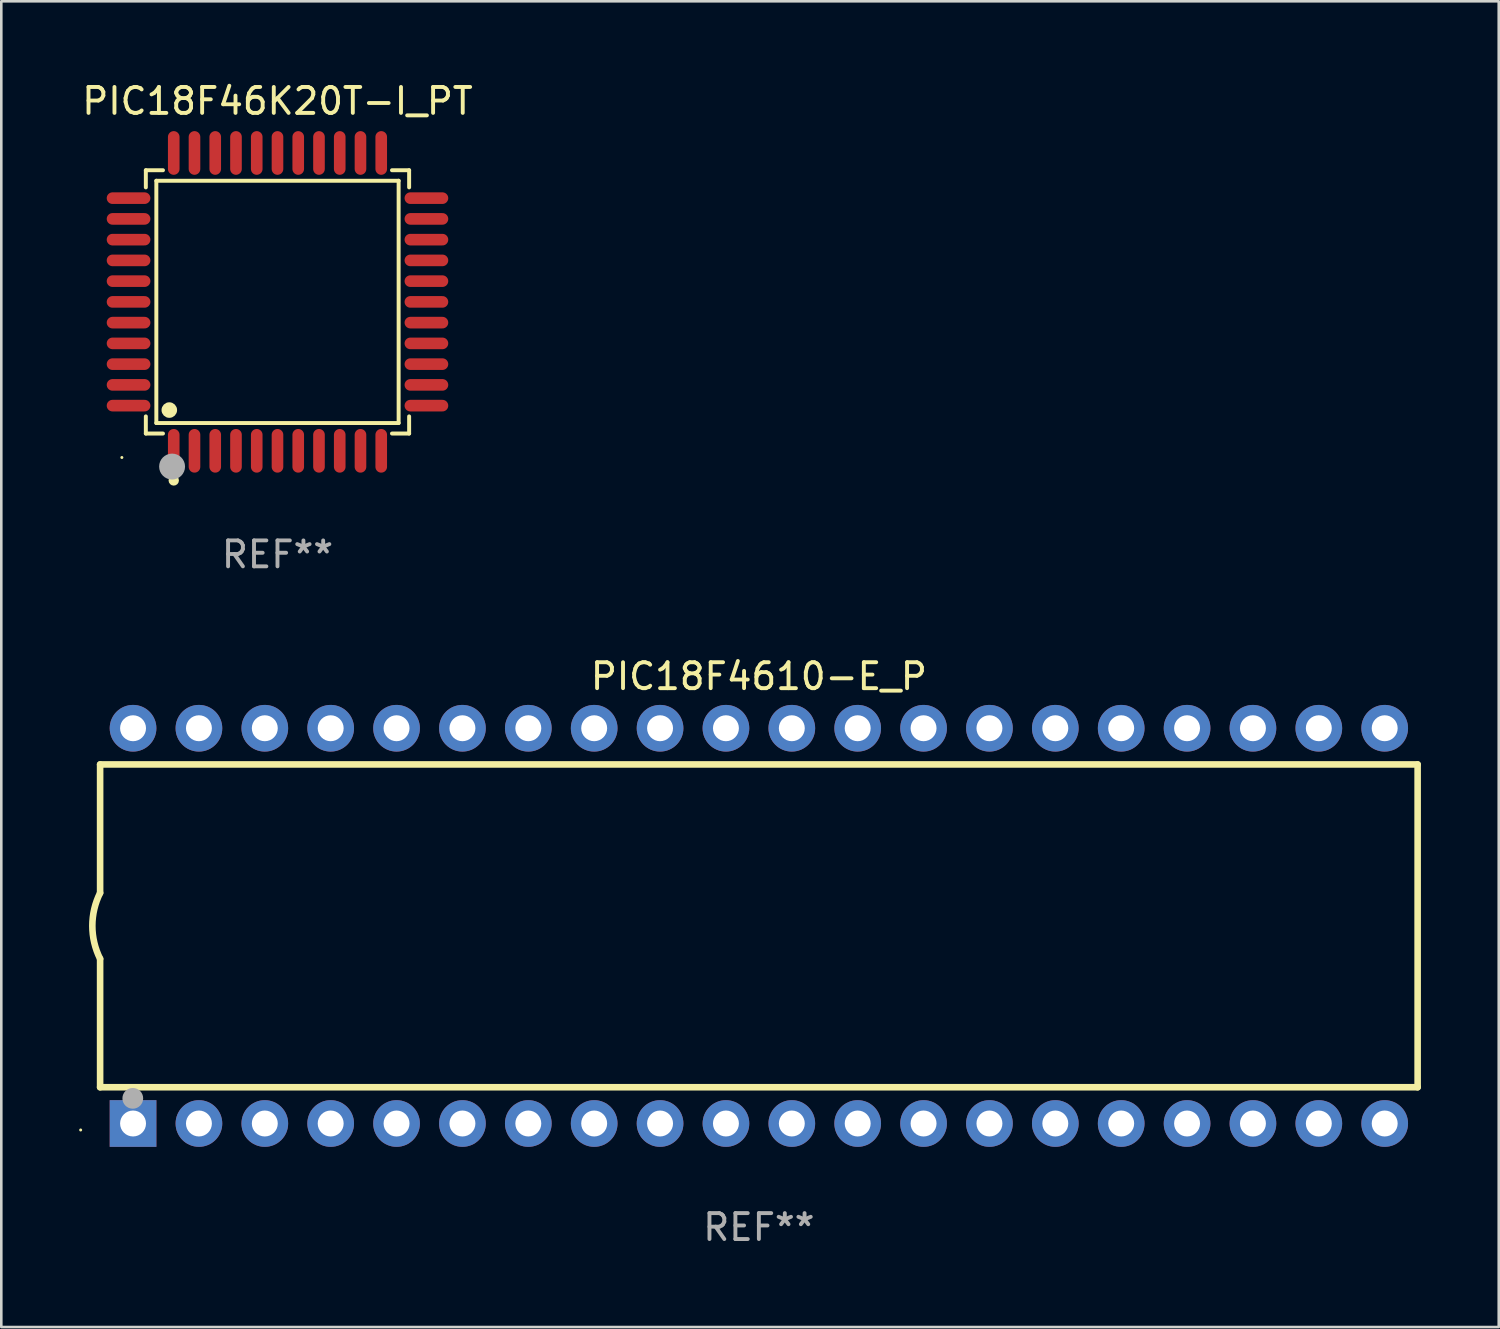
<source format=kicad_pcb>
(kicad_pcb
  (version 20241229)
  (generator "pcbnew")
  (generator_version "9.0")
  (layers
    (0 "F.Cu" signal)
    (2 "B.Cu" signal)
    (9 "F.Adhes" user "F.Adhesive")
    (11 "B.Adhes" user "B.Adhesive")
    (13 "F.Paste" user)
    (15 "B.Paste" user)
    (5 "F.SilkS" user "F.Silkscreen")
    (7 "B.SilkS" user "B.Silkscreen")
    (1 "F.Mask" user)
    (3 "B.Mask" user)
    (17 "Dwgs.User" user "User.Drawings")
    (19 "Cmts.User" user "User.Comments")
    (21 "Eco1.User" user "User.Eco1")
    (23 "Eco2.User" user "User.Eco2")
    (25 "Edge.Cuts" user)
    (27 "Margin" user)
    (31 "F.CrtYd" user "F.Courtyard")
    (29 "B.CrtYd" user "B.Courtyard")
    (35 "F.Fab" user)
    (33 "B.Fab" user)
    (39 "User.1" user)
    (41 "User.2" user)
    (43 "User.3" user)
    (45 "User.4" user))
  (footprint "PIC18F46K20T-I_PT"
    (layer "F.Cu")
    (at 7.649 8.59)
    (property "Reference" "PIC18F46K20T-I_PT" (at 0 -7.742 0) (layer "F.SilkS") (effects (font (size 1 1) (thickness 0.15))))
    (attr through_hole)
    (fp_line (start -5.076 -5.076) (end -4.415 -5.076) (stroke (width 0.152) (type solid)) (layer "F.SilkS"))
    (fp_line (start -5.076 -4.415) (end -5.076 -5.076) (stroke (width 0.152) (type solid)) (layer "F.SilkS"))
    (fp_line (start -5.076 4.415) (end -5.076 5.076) (stroke (width 0.152) (type solid)) (layer "F.SilkS"))
    (fp_line (start -5.076 5.076) (end -4.415 5.076) (stroke (width 0.152) (type solid)) (layer "F.SilkS"))
    (fp_line (start -4.671 -4.671) (end 4.671 -4.671) (stroke (width 0.152) (type solid)) (layer "F.SilkS"))
    (fp_line (start -4.671 4.671) (end -4.671 -4.671) (stroke (width 0.152) (type solid)) (layer "F.SilkS"))
    (fp_line (start 4.671 -4.671) (end 4.671 4.671) (stroke (width 0.152) (type solid)) (layer "F.SilkS"))
    (fp_line (start 4.671 4.671) (end -4.671 4.671) (stroke (width 0.152) (type solid)) (layer "F.SilkS"))
    (fp_line (start 5.076 -5.076) (end 4.415 -5.076) (stroke (width 0.152) (type solid)) (layer "F.SilkS"))
    (fp_line (start 5.076 -4.415) (end 5.076 -5.076) (stroke (width 0.152) (type solid)) (layer "F.SilkS"))
    (fp_line (start 5.076 4.415) (end 5.076 5.076) (stroke (width 0.152) (type solid)) (layer "F.SilkS"))
    (fp_line (start 5.076 5.076) (end 4.415 5.076) (stroke (width 0.152) (type solid)) (layer "F.SilkS"))
    (fp_circle (center -6 6) (end -5.97 6) (stroke (width 0.06) (type solid)) (fill no) (layer "F.SilkS"))
    (fp_circle (center -4.171 4.171) (end -4.021 4.171) (stroke (width 0.3) (type solid)) (fill no) (layer "F.SilkS"))
    (fp_circle (center -4 6.884) (end -3.9 6.884) (stroke (width 0.2) (type solid)) (fill no) (layer "F.SilkS"))
    (fp_circle (center -4.064 6.35) (end -3.814 6.35) (stroke (width 0.5) (type solid)) (fill no) (layer "F.Fab"))
    (fp_text user "REF**" (at 0 9.742 0) (layer "F.Fab") (effects (font (size 1 1) (thickness 0.15))))
    (pad "1" smd oval (at -4 5.742) (size 0.448 1.684) (layers "F.Cu" "F.Mask" "F.Paste"))
    (pad "2" smd oval (at -3.2 5.742) (size 0.448 1.684) (layers "F.Cu" "F.Mask" "F.Paste"))
    (pad "3" smd oval (at -2.4 5.742) (size 0.448 1.684) (layers "F.Cu" "F.Mask" "F.Paste"))
    (pad "4" smd oval (at -1.6 5.742) (size 0.448 1.684) (layers "F.Cu" "F.Mask" "F.Paste"))
    (pad "5" smd oval (at -0.8 5.742) (size 0.448 1.684) (layers "F.Cu" "F.Mask" "F.Paste"))
    (pad "6" smd oval (at 0 5.742) (size 0.448 1.684) (layers "F.Cu" "F.Mask" "F.Paste"))
    (pad "7" smd oval (at 0.8 5.742) (size 0.448 1.684) (layers "F.Cu" "F.Mask" "F.Paste"))
    (pad "8" smd oval (at 1.6 5.742) (size 0.448 1.684) (layers "F.Cu" "F.Mask" "F.Paste"))
    (pad "9" smd oval (at 2.4 5.742) (size 0.448 1.684) (layers "F.Cu" "F.Mask" "F.Paste"))
    (pad "10" smd oval (at 3.2 5.742) (size 0.448 1.684) (layers "F.Cu" "F.Mask" "F.Paste"))
    (pad "11" smd oval (at 4 5.742) (size 0.448 1.684) (layers "F.Cu" "F.Mask" "F.Paste"))
    (pad "12" smd oval (at 5.742 4) (size 1.684 0.448) (layers "F.Cu" "F.Mask" "F.Paste"))
    (pad "13" smd oval (at 5.742 3.2) (size 1.684 0.448) (layers "F.Cu" "F.Mask" "F.Paste"))
    (pad "14" smd oval (at 5.742 2.4) (size 1.684 0.448) (layers "F.Cu" "F.Mask" "F.Paste"))
    (pad "15" smd oval (at 5.742 1.6) (size 1.684 0.448) (layers "F.Cu" "F.Mask" "F.Paste"))
    (pad "16" smd oval (at 5.742 0.8) (size 1.684 0.448) (layers "F.Cu" "F.Mask" "F.Paste"))
    (pad "17" smd oval (at 5.742 0) (size 1.684 0.448) (layers "F.Cu" "F.Mask" "F.Paste"))
    (pad "18" smd oval (at 5.742 -0.8) (size 1.684 0.448) (layers "F.Cu" "F.Mask" "F.Paste"))
    (pad "19" smd oval (at 5.742 -1.6) (size 1.684 0.448) (layers "F.Cu" "F.Mask" "F.Paste"))
    (pad "20" smd oval (at 5.742 -2.4) (size 1.684 0.448) (layers "F.Cu" "F.Mask" "F.Paste"))
    (pad "21" smd oval (at 5.742 -3.2) (size 1.684 0.448) (layers "F.Cu" "F.Mask" "F.Paste"))
    (pad "22" smd oval (at 5.742 -4) (size 1.684 0.448) (layers "F.Cu" "F.Mask" "F.Paste"))
    (pad "23" smd oval (at 4 -5.742) (size 0.448 1.684) (layers "F.Cu" "F.Mask" "F.Paste"))
    (pad "24" smd oval (at 3.2 -5.742) (size 0.448 1.684) (layers "F.Cu" "F.Mask" "F.Paste"))
    (pad "25" smd oval (at 2.4 -5.742) (size 0.448 1.684) (layers "F.Cu" "F.Mask" "F.Paste"))
    (pad "26" smd oval (at 1.6 -5.742) (size 0.448 1.684) (layers "F.Cu" "F.Mask" "F.Paste"))
    (pad "27" smd oval (at 0.8 -5.742) (size 0.448 1.684) (layers "F.Cu" "F.Mask" "F.Paste"))
    (pad "28" smd oval (at 0 -5.742) (size 0.448 1.684) (layers "F.Cu" "F.Mask" "F.Paste"))
    (pad "29" smd oval (at -0.8 -5.742) (size 0.448 1.684) (layers "F.Cu" "F.Mask" "F.Paste"))
    (pad "30" smd oval (at -1.6 -5.742) (size 0.448 1.684) (layers "F.Cu" "F.Mask" "F.Paste"))
    (pad "31" smd oval (at -2.4 -5.742) (size 0.448 1.684) (layers "F.Cu" "F.Mask" "F.Paste"))
    (pad "32" smd oval (at -3.2 -5.742) (size 0.448 1.684) (layers "F.Cu" "F.Mask" "F.Paste"))
    (pad "33" smd oval (at -4 -5.742) (size 0.448 1.684) (layers "F.Cu" "F.Mask" "F.Paste"))
    (pad "34" smd oval (at -5.742 -4) (size 1.684 0.448) (layers "F.Cu" "F.Mask" "F.Paste"))
    (pad "35" smd oval (at -5.742 -3.2) (size 1.684 0.448) (layers "F.Cu" "F.Mask" "F.Paste"))
    (pad "36" smd oval (at -5.742 -2.4) (size 1.684 0.448) (layers "F.Cu" "F.Mask" "F.Paste"))
    (pad "37" smd oval (at -5.742 -1.6) (size 1.684 0.448) (layers "F.Cu" "F.Mask" "F.Paste"))
    (pad "38" smd oval (at -5.742 -0.8) (size 1.684 0.448) (layers "F.Cu" "F.Mask" "F.Paste"))
    (pad "39" smd oval (at -5.742 0) (size 1.684 0.448) (layers "F.Cu" "F.Mask" "F.Paste"))
    (pad "40" smd oval (at -5.742 0.8) (size 1.684 0.448) (layers "F.Cu" "F.Mask" "F.Paste"))
    (pad "41" smd oval (at -5.742 1.6) (size 1.684 0.448) (layers "F.Cu" "F.Mask" "F.Paste"))
    (pad "42" smd oval (at -5.742 2.4) (size 1.684 0.448) (layers "F.Cu" "F.Mask" "F.Paste"))
    (pad "43" smd oval (at -5.742 3.2) (size 1.684 0.448) (layers "F.Cu" "F.Mask" "F.Paste"))
    (pad "44" smd oval (at -5.742 4) (size 1.684 0.448) (layers "F.Cu" "F.Mask" "F.Paste")))
  (footprint "PIC18F4610-E_P"
    (layer "F.Cu")
    (at 26.21 32.649)
    (property "Reference" "PIC18F4610-E_P" (at 0 -9.62 0) (layer "F.SilkS") (effects (font (size 1 1) (thickness 0.15))))
    (attr through_hole)
    (fp_line (start -25.4 -6.224) (end -25.4 -1.271) (stroke (width 0.254) (type solid)) (layer "F.SilkS"))
    (fp_line (start -25.4 -6.224) (end 25.4 -6.224) (stroke (width 0.254) (type solid)) (layer "F.SilkS"))
    (fp_line (start -25.4 1.269) (end -25.4 6.222) (stroke (width 0.254) (type solid)) (layer "F.SilkS"))
    (fp_line (start -25.4 6.222) (end 25.4 6.222) (stroke (width 0.254) (type solid)) (layer "F.SilkS"))
    (fp_line (start 25.4 6.222) (end 25.4 -6.224) (stroke (width 0.254) (type solid)) (layer "F.SilkS"))
    (fp_arc (start -25.4 1.269241) (mid -25.699807 -0.000762) (end -25.4 -1.270765) (stroke (width 0.254001) (type solid)) (layer "F.SilkS"))
    (fp_circle (center -26.15 7.87) (end -26.12 7.87) (stroke (width 0.06) (type solid)) (fill no) (layer "F.SilkS"))
    (fp_circle (center -24.14 6.65) (end -23.94 6.65) (stroke (width 0.4) (type solid)) (fill no) (layer "F.Fab"))
    (fp_text user "REF**" (at 0 11.62 0) (layer "F.Fab") (effects (font (size 1 1) (thickness 0.15))))
    (pad "1" thru_hole rect (at -24.13 7.62 90) (size 1.8 1.8) (drill 1) (layers "*.Cu" "*.Mask"))
    (pad "2" thru_hole circle (at -21.59 7.62) (size 1.8 1.8) (drill 1) (layers "*.Cu" "*.Mask"))
    (pad "3" thru_hole circle (at -19.05 7.62) (size 1.8 1.8) (drill 1) (layers "*.Cu" "*.Mask"))
    (pad "4" thru_hole circle (at -16.51 7.62) (size 1.8 1.8) (drill 1) (layers "*.Cu" "*.Mask"))
    (pad "5" thru_hole circle (at -13.97 7.62) (size 1.8 1.8) (drill 1) (layers "*.Cu" "*.Mask"))
    (pad "6" thru_hole circle (at -11.43 7.62) (size 1.8 1.8) (drill 1) (layers "*.Cu" "*.Mask"))
    (pad "7" thru_hole circle (at -8.89 7.62) (size 1.8 1.8) (drill 1) (layers "*.Cu" "*.Mask"))
    (pad "8" thru_hole circle (at -6.35 7.62) (size 1.8 1.8) (drill 1) (layers "*.Cu" "*.Mask"))
    (pad "9" thru_hole circle (at -3.81 7.62) (size 1.8 1.8) (drill 1) (layers "*.Cu" "*.Mask"))
    (pad "10" thru_hole circle (at -1.27 7.62) (size 1.8 1.8) (drill 1) (layers "*.Cu" "*.Mask"))
    (pad "11" thru_hole circle (at 1.27 7.62) (size 1.8 1.8) (drill 1) (layers "*.Cu" "*.Mask"))
    (pad "12" thru_hole circle (at 3.81 7.62) (size 1.8 1.8) (drill 1) (layers "*.Cu" "*.Mask"))
    (pad "13" thru_hole circle (at 6.35 7.62) (size 1.8 1.8) (drill 1) (layers "*.Cu" "*.Mask"))
    (pad "14" thru_hole circle (at 8.89 7.62) (size 1.8 1.8) (drill 1) (layers "*.Cu" "*.Mask"))
    (pad "15" thru_hole circle (at 11.43 7.62) (size 1.8 1.8) (drill 1) (layers "*.Cu" "*.Mask"))
    (pad "16" thru_hole circle (at 13.97 7.62) (size 1.8 1.8) (drill 1) (layers "*.Cu" "*.Mask"))
    (pad "17" thru_hole circle (at 16.51 7.62) (size 1.8 1.8) (drill 1) (layers "*.Cu" "*.Mask"))
    (pad "18" thru_hole circle (at 19.05 7.62) (size 1.8 1.8) (drill 1) (layers "*.Cu" "*.Mask"))
    (pad "19" thru_hole circle (at 21.59 7.62) (size 1.8 1.8) (drill 1) (layers "*.Cu" "*.Mask"))
    (pad "20" thru_hole circle (at 24.13 7.62) (size 1.8 1.8) (drill 1) (layers "*.Cu" "*.Mask"))
    (pad "21" thru_hole circle (at 24.13 -7.62) (size 1.8 1.8) (drill 1) (layers "*.Cu" "*.Mask"))
    (pad "22" thru_hole circle (at 21.59 -7.62) (size 1.8 1.8) (drill 1) (layers "*.Cu" "*.Mask"))
    (pad "23" thru_hole circle (at 19.05 -7.62) (size 1.8 1.8) (drill 1) (layers "*.Cu" "*.Mask"))
    (pad "24" thru_hole circle (at 16.51 -7.62) (size 1.8 1.8) (drill 1) (layers "*.Cu" "*.Mask"))
    (pad "25" thru_hole circle (at 13.97 -7.62) (size 1.8 1.8) (drill 1) (layers "*.Cu" "*.Mask"))
    (pad "26" thru_hole circle (at 11.43 -7.62) (size 1.8 1.8) (drill 1) (layers "*.Cu" "*.Mask"))
    (pad "27" thru_hole circle (at 8.89 -7.62) (size 1.8 1.8) (drill 1) (layers "*.Cu" "*.Mask"))
    (pad "28" thru_hole circle (at 6.35 -7.62) (size 1.8 1.8) (drill 1) (layers "*.Cu" "*.Mask"))
    (pad "29" thru_hole circle (at 3.81 -7.62) (size 1.8 1.8) (drill 1) (layers "*.Cu" "*.Mask"))
    (pad "30" thru_hole circle (at 1.27 -7.62) (size 1.8 1.8) (drill 1) (layers "*.Cu" "*.Mask"))
    (pad "31" thru_hole circle (at -1.27 -7.62) (size 1.8 1.8) (drill 1) (layers "*.Cu" "*.Mask"))
    (pad "32" thru_hole circle (at -3.81 -7.62) (size 1.8 1.8) (drill 1) (layers "*.Cu" "*.Mask"))
    (pad "33" thru_hole circle (at -6.35 -7.62) (size 1.8 1.8) (drill 1) (layers "*.Cu" "*.Mask"))
    (pad "34" thru_hole circle (at -8.89 -7.62) (size 1.8 1.8) (drill 1) (layers "*.Cu" "*.Mask"))
    (pad "35" thru_hole circle (at -11.43 -7.62) (size 1.8 1.8) (drill 1) (layers "*.Cu" "*.Mask"))
    (pad "36" thru_hole circle (at -13.97 -7.62) (size 1.8 1.8) (drill 1) (layers "*.Cu" "*.Mask"))
    (pad "37" thru_hole circle (at -16.51 -7.62) (size 1.8 1.8) (drill 1) (layers "*.Cu" "*.Mask"))
    (pad "38" thru_hole circle (at -19.05 -7.62) (size 1.8 1.8) (drill 1) (layers "*.Cu" "*.Mask"))
    (pad "39" thru_hole circle (at -21.59 -7.62) (size 1.8 1.8) (drill 1) (layers "*.Cu" "*.Mask"))
    (pad "40" thru_hole circle (at -24.13 -7.62) (size 1.8 1.8) (drill 1) (layers "*.Cu" "*.Mask")))
  (gr_rect
    (start -3 -3)
    (end 54.737 48.117)
    (stroke (width 0.1) (type default))
    (fill no)
    (layer "Edge.Cuts")))
</source>
